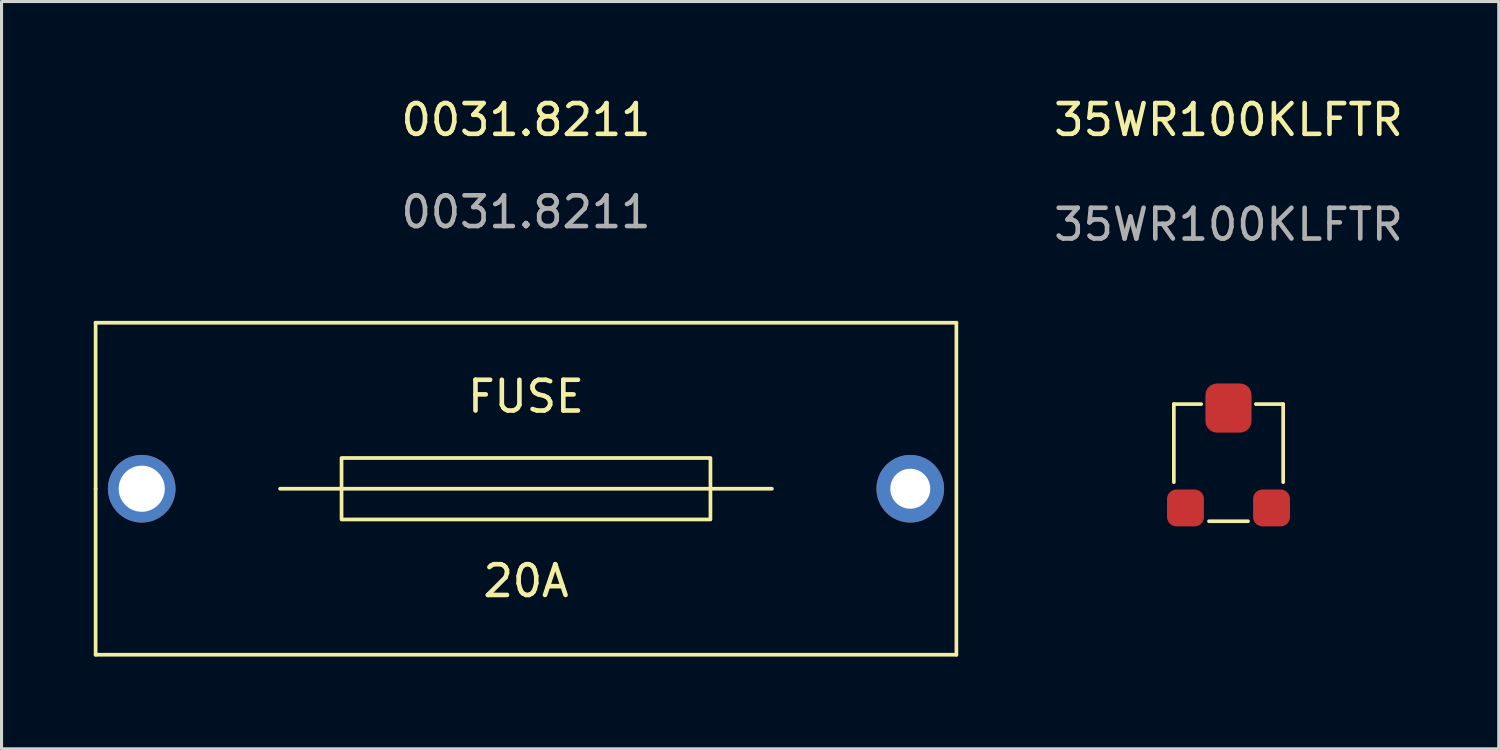
<source format=kicad_pcb>
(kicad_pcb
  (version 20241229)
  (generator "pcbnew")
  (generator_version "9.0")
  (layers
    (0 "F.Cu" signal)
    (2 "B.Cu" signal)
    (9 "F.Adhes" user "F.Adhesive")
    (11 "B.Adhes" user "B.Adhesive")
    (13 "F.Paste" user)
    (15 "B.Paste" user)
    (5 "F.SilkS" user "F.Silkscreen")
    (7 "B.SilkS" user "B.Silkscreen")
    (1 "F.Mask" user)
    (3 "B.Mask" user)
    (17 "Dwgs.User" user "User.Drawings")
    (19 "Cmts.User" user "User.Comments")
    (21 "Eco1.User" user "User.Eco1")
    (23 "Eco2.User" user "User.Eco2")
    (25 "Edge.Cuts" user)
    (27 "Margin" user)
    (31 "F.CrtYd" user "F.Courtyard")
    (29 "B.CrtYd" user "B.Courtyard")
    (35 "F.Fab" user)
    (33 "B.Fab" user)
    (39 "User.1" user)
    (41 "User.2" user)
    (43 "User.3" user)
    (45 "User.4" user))
  (footprint "0031.8211"
    (layer "F.Cu")
    (at 14.06 12.848)
    (property "Reference" "0031.8211" (at 0 -12 0) (unlocked yes) (layer "F.SilkS") (effects (font (size 1 1) (thickness 0.15))))
    (attr through_hole)
    (fp_line (start -14 -5.4) (end 14 -5.4) (stroke (width 0.12) (type solid)) (layer "F.SilkS"))
    (fp_line (start -14 0) (end -14 -5.4) (stroke (width 0.12) (type solid)) (layer "F.SilkS"))
    (fp_line (start -14 0) (end -14 5.4) (stroke (width 0.12) (type solid)) (layer "F.SilkS"))
    (fp_line (start -8 0) (end 8 0) (stroke (width 0.12) (type solid)) (layer "F.SilkS"))
    (fp_line (start 14 -5.4) (end 14 5.4) (stroke (width 0.12) (type solid)) (layer "F.SilkS"))
    (fp_line (start 14 5.4) (end -14 5.4) (stroke (width 0.12) (type solid)) (layer "F.SilkS"))
    (fp_rect (start -6 -1) (end 6 1) (stroke (width 0.12) (type solid)) (fill no) (layer "F.SilkS"))
    (fp_text user "20A" (at 0 3 0) (unlocked yes) (layer "F.SilkS") (effects (font (size 1 1) (thickness 0.15))))
    (fp_text user "FUSE" (at 0 -3 0) (unlocked yes) (layer "F.SilkS") (effects (font (size 1 1) (thickness 0.15))))
    (fp_text user "${REFERENCE}" (at 0 -9 0) (unlocked yes) (layer "F.Fab") (effects (font (size 1 1) (thickness 0.15))))
    (pad "1" thru_hole circle (at -12.5 0) (size 2.2 2.2) (drill 1.5) (layers "*.Cu" "*.Mask"))
    (pad "2" thru_hole circle (at 12.5 0) (size 2.2 2.2) (drill 1.3) (layers "*.Cu" "*.Mask")))
  (footprint "35WR100KLFTR"
    (layer "F.Cu")
    (at 36.912 11.873)
    (property "Reference" "35WR100KLFTR" (at 0 -11.025 0) (unlocked yes) (layer "F.SilkS") (effects (font (size 1 1) (thickness 0.15))))
    (attr smd)
    (fp_line (start -1.778 -1.778) (end -1.778 0.762) (stroke (width 0.12) (type solid)) (layer "F.SilkS"))
    (fp_line (start -0.889 -1.778) (end -1.778 -1.778) (stroke (width 0.12) (type solid)) (layer "F.SilkS"))
    (fp_line (start -0.635 2.032) (end 0.635 2.032) (stroke (width 0.12) (type solid)) (layer "F.SilkS"))
    (fp_line (start 0.889 -1.778) (end 1.778 -1.778) (stroke (width 0.12) (type solid)) (layer "F.SilkS"))
    (fp_line (start 1.778 -1.778) (end 1.778 0.762) (stroke (width 0.12) (type solid)) (layer "F.SilkS"))
    (fp_text user "${REFERENCE}" (at 0 -7.62 0) (unlocked yes) (layer "F.Fab") (effects (font (size 1 1) (thickness 0.15))))
    (pad "1" smd roundrect (at -1.4 1.6) (size 1.2 1.2) (layers "F.Cu" "F.Mask" "F.Paste") (roundrect_rratio 0.25))
    (pad "2" smd roundrect (at 0 -1.65) (size 1.5 1.6) (layers "F.Cu" "F.Mask" "F.Paste") (roundrect_rratio 0.25))
    (pad "3" smd roundrect (at 1.4 1.6) (size 1.2 1.2) (layers "F.Cu" "F.Mask" "F.Paste") (roundrect_rratio 0.25)))
  (gr_rect
    (start -3 -3)
    (end 45.703 21.308)
    (stroke (width 0.1) (type default))
    (fill no)
    (layer "Edge.Cuts")))
</source>
